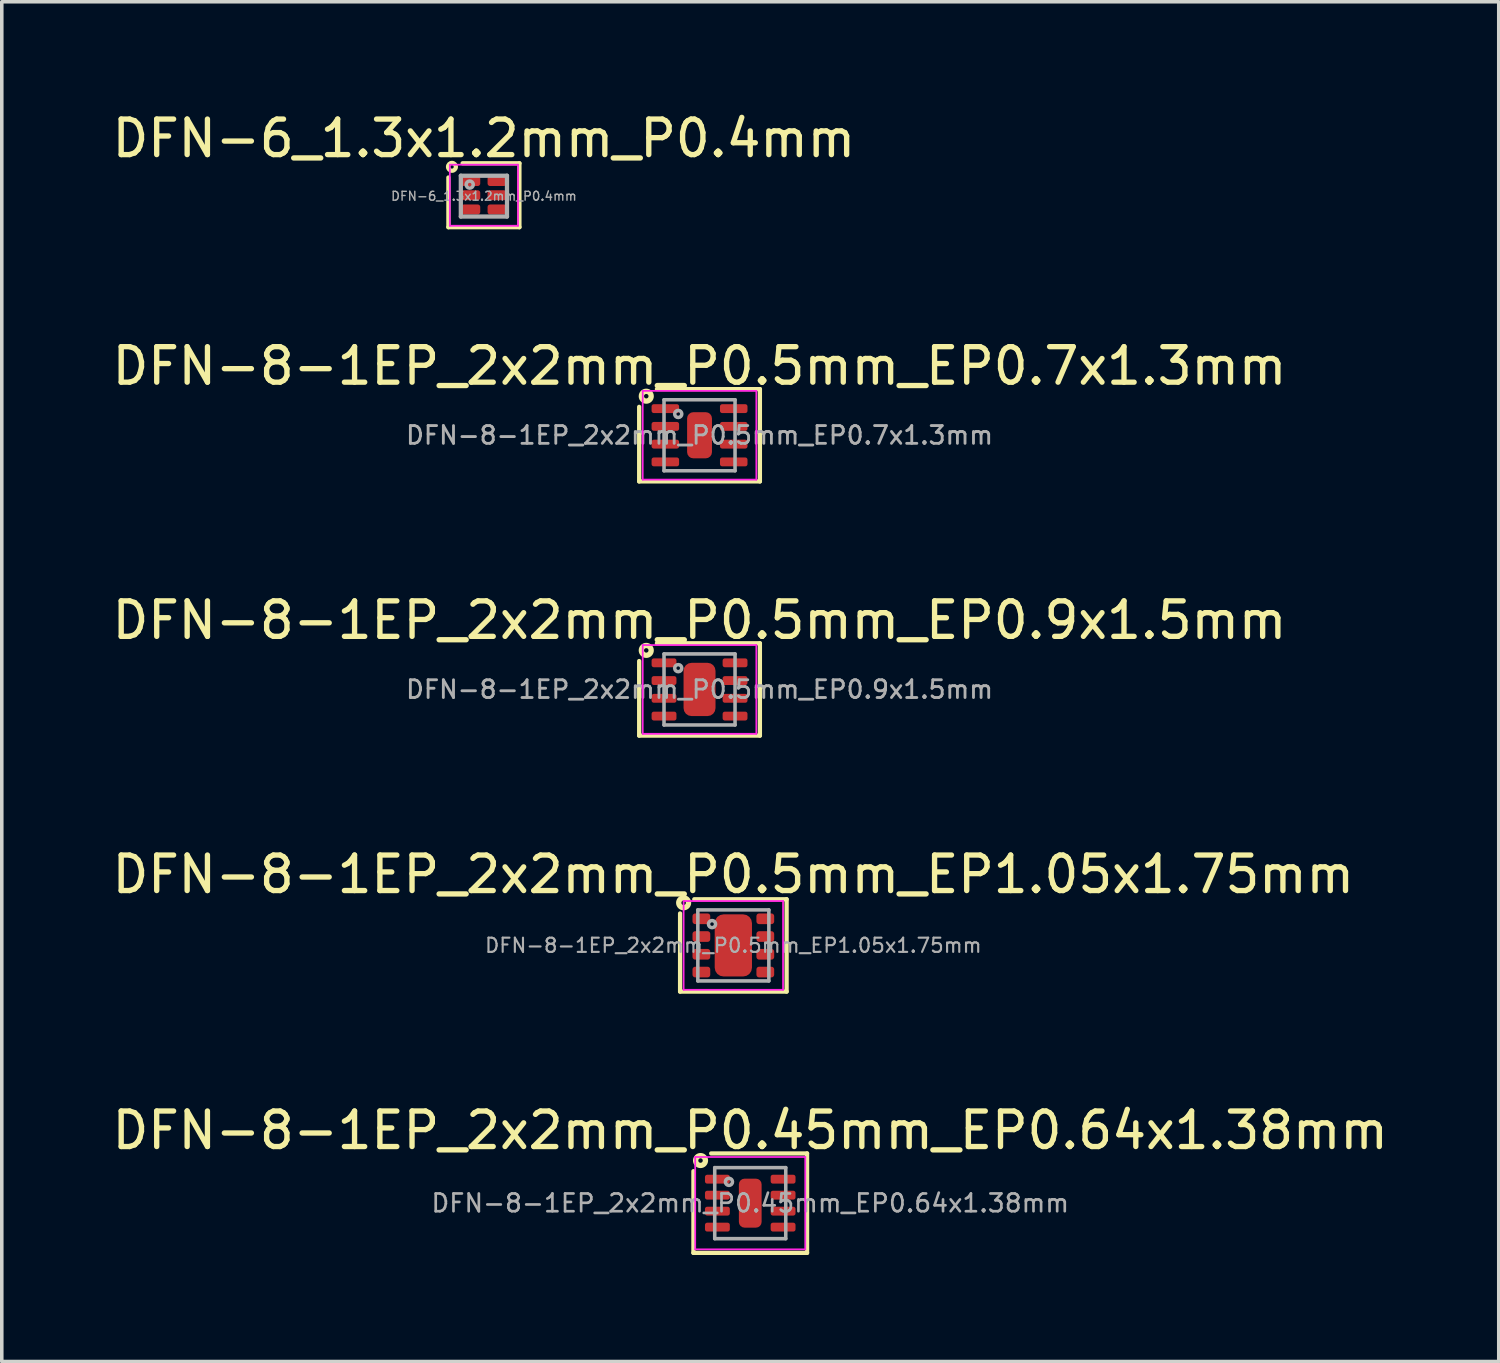
<source format=kicad_pcb>
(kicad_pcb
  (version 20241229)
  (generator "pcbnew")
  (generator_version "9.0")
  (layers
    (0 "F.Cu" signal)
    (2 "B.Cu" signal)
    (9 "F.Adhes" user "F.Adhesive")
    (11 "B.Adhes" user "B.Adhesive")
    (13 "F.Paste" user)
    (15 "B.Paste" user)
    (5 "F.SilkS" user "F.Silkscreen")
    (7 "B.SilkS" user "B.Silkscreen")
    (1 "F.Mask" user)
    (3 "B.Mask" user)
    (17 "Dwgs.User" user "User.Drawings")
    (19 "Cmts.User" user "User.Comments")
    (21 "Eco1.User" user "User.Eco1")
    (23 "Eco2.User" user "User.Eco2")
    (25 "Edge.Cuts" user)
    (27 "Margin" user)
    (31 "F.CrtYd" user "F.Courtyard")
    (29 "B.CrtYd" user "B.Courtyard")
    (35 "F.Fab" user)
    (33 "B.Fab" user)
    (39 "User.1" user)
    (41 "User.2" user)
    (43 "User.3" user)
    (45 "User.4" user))
  (footprint "DFN-6_1.3x1.2mm_P0.4mm"
    (layer "F.Cu")
    (at 10.577 2.448)
    (property "Reference" "DFN-6_1.3x1.2mm_P0.4mm" (at 0 -1.6 0) (layer "F.SilkS") (effects (font (size 1 1) (thickness 0.15))))
    (attr smd)
    (fp_line (start -1 0.9) (end -1 -0.5) (stroke (width 0.12) (type solid)) (layer "F.SilkS"))
    (fp_line (start -0.6 -0.9) (end 1 -0.9) (stroke (width 0.12) (type solid)) (layer "F.SilkS"))
    (fp_line (start 1 -0.9) (end 1 0.9) (stroke (width 0.12) (type solid)) (layer "F.SilkS"))
    (fp_line (start 1 0.9) (end -1 0.9) (stroke (width 0.12) (type solid)) (layer "F.SilkS"))
    (fp_circle (center -0.9 -0.8) (end -0.85 -0.8) (stroke (width 0.12) (type solid)) (fill no) (layer "F.SilkS"))
    (fp_line (start -0.96 -0.86) (end -0.96 0.86) (stroke (width 0.05) (type solid)) (layer "F.CrtYd"))
    (fp_line (start -0.96 -0.86) (end 0.96 -0.86) (stroke (width 0.05) (type solid)) (layer "F.CrtYd"))
    (fp_line (start 0.96 0.86) (end -0.96 0.86) (stroke (width 0.05) (type solid)) (layer "F.CrtYd"))
    (fp_line (start 0.96 0.86) (end 0.96 -0.86) (stroke (width 0.05) (type solid)) (layer "F.CrtYd"))
    (fp_line (start -0.65 -0.55) (end -0.65 0.6) (stroke (width 0.12) (type solid)) (layer "F.Fab"))
    (fp_line (start -0.65 0.6) (end 0.65 0.6) (stroke (width 0.12) (type solid)) (layer "F.Fab"))
    (fp_line (start 0.65 -0.55) (end -0.65 -0.55) (stroke (width 0.12) (type solid)) (layer "F.Fab"))
    (fp_line (start 0.65 0.6) (end 0.65 -0.55) (stroke (width 0.12) (type solid)) (layer "F.Fab"))
    (fp_circle (center -0.4 -0.3) (end -0.3 -0.3) (stroke (width 0.1) (type solid)) (fill no) (layer "F.Fab"))
    (fp_text user "${REFERENCE}" (at 0 0.025 180) (layer "F.Fab") (effects (font (size 0.25 0.25) (thickness 0.04))))
    (pad "1" smd roundrect (at -0.368 -0.4) (size 0.53 0.28) (layers "F.Cu" "F.Mask" "F.Paste") (roundrect_rratio 0.25))
    (pad "2" smd roundrect (at -0.368 0) (size 0.53 0.28) (layers "F.Cu" "F.Mask" "F.Paste") (roundrect_rratio 0.25))
    (pad "3" smd roundrect (at -0.368 0.4) (size 0.53 0.28) (layers "F.Cu" "F.Mask" "F.Paste") (roundrect_rratio 0.25))
    (pad "4" smd roundrect (at 0.368 0.4) (size 0.53 0.28) (layers "F.Cu" "F.Mask" "F.Paste") (roundrect_rratio 0.25))
    (pad "5" smd roundrect (at 0.368 0) (size 0.53 0.28) (layers "F.Cu" "F.Mask" "F.Paste") (roundrect_rratio 0.25))
    (pad "6" smd roundrect (at 0.368 -0.4) (size 0.53 0.28) (layers "F.Cu" "F.Mask" "F.Paste") (roundrect_rratio 0.25)))
  (footprint "DFN-8-1EP_2x2mm_P0.45mm_EP0.64x1.38mm"
    (layer "F.Cu")
    (at 18.077 30.831)
    (property "Reference" "DFN-8-1EP_2x2mm_P0.45mm_EP0.64x1.38mm" (at 0 -2.05 0) (layer "F.SilkS") (effects (font (size 1 1) (thickness 0.15))))
    (attr smd)
    (fp_line (start -1.6 1.4) (end -1.6 -0.9) (stroke (width 0.12) (type solid)) (layer "F.SilkS"))
    (fp_line (start -1.1 -1.4) (end 1.6 -1.4) (stroke (width 0.12) (type solid)) (layer "F.SilkS"))
    (fp_line (start 1.6 -1.4) (end 1.6 1.4) (stroke (width 0.12) (type solid)) (layer "F.SilkS"))
    (fp_line (start 1.6 1.4) (end -1.6 1.4) (stroke (width 0.12) (type solid)) (layer "F.SilkS"))
    (fp_circle (center -1.4 -1.2) (end -1.337 -1.2) (stroke (width 0.15) (type solid)) (fill no) (layer "F.SilkS"))
    (fp_line (start -1.55 -1.3) (end -1.55 1.3) (stroke (width 0.05) (type solid)) (layer "F.CrtYd"))
    (fp_line (start -1.55 -1.3) (end 1.55 -1.3) (stroke (width 0.05) (type solid)) (layer "F.CrtYd"))
    (fp_line (start -1.55 1.3) (end 1.55 1.3) (stroke (width 0.05) (type solid)) (layer "F.CrtYd"))
    (fp_line (start 1.55 -1.3) (end 1.55 1.3) (stroke (width 0.05) (type solid)) (layer "F.CrtYd"))
    (fp_line (start -1 -1) (end 1 -1) (stroke (width 0.1) (type solid)) (layer "F.Fab"))
    (fp_line (start -1 1) (end -1 -1) (stroke (width 0.1) (type solid)) (layer "F.Fab"))
    (fp_line (start 1 -1) (end 1 1) (stroke (width 0.1) (type solid)) (layer "F.Fab"))
    (fp_line (start 1 1) (end -1 1) (stroke (width 0.1) (type solid)) (layer "F.Fab"))
    (fp_circle (center -0.6 -0.6) (end -0.5 -0.6) (stroke (width 0.1) (type solid)) (fill no) (layer "F.Fab"))
    (fp_text user "${REFERENCE}" (at 0 0 0) (layer "F.Fab") (effects (font (size 0.5 0.5) (thickness 0.075))))
    (pad "" smd roundrect (at 0 -0.345) (size 0.53 0.54) (layers "F.Paste") (roundrect_rratio 0.25))
    (pad "" smd roundrect (at 0 0.345) (size 0.53 0.54) (layers "F.Paste") (roundrect_rratio 0.25))
    (pad "1" smd roundrect (at -0.925 -0.675) (size 0.7 0.25) (layers "F.Cu" "F.Mask" "F.Paste") (roundrect_rratio 0.25))
    (pad "2" smd roundrect (at -0.925 -0.225) (size 0.7 0.25) (layers "F.Cu" "F.Mask" "F.Paste") (roundrect_rratio 0.25))
    (pad "3" smd roundrect (at -0.925 0.225) (size 0.7 0.25) (layers "F.Cu" "F.Mask" "F.Paste") (roundrect_rratio 0.25))
    (pad "4" smd roundrect (at -0.925 0.675) (size 0.7 0.25) (layers "F.Cu" "F.Mask" "F.Paste") (roundrect_rratio 0.25))
    (pad "5" smd roundrect (at 0.925 0.675) (size 0.7 0.25) (layers "F.Cu" "F.Mask" "F.Paste") (roundrect_rratio 0.25))
    (pad "6" smd roundrect (at 0.925 0.225) (size 0.7 0.25) (layers "F.Cu" "F.Mask" "F.Paste") (roundrect_rratio 0.25))
    (pad "7" smd roundrect (at 0.925 -0.225) (size 0.7 0.25) (layers "F.Cu" "F.Mask" "F.Paste") (roundrect_rratio 0.25))
    (pad "8" smd roundrect (at 0.925 -0.675) (size 0.7 0.25) (layers "F.Cu" "F.Mask" "F.Paste") (roundrect_rratio 0.25))
    (pad "9" smd roundrect (at 0 0) (size 0.64 1.38) (layers "F.Cu" "F.Mask") (roundrect_rratio 0.25)))
  (footprint "DFN-8-1EP_2x2mm_P0.5mm_EP1.05x1.75mm"
    (layer "F.Cu")
    (at 17.601 23.573)
    (property "Reference" "DFN-8-1EP_2x2mm_P0.5mm_EP1.05x1.75mm" (at 0 -2 0) (layer "F.SilkS") (effects (font (size 1 1) (thickness 0.15))))
    (attr smd)
    (fp_line (start -1.5 1.3) (end -1.5 -0.9) (stroke (width 0.12) (type solid)) (layer "F.SilkS"))
    (fp_line (start -1.1 -1.3) (end 1.5 -1.3) (stroke (width 0.12) (type solid)) (layer "F.SilkS"))
    (fp_line (start 1.5 -1.3) (end 1.5 1.3) (stroke (width 0.12) (type solid)) (layer "F.SilkS"))
    (fp_line (start 1.5 1.3) (end -1.5 1.3) (stroke (width 0.12) (type solid)) (layer "F.SilkS"))
    (fp_circle (center -1.4 -1.2) (end -1.337 -1.2) (stroke (width 0.15) (type solid)) (fill no) (layer "F.SilkS"))
    (fp_line (start -1.4 -1.25) (end -1.4 1.25) (stroke (width 0.05) (type solid)) (layer "F.CrtYd"))
    (fp_line (start -1.4 -1.25) (end 1.4 -1.25) (stroke (width 0.05) (type solid)) (layer "F.CrtYd"))
    (fp_line (start -1.4 1.25) (end 1.4 1.25) (stroke (width 0.05) (type solid)) (layer "F.CrtYd"))
    (fp_line (start 1.4 -1.25) (end 1.4 1.25) (stroke (width 0.05) (type solid)) (layer "F.CrtYd"))
    (fp_line (start -1 -1) (end 1 -1) (stroke (width 0.1) (type solid)) (layer "F.Fab"))
    (fp_line (start -1 1) (end -1 -1) (stroke (width 0.1) (type solid)) (layer "F.Fab"))
    (fp_line (start 1 -1) (end 1 1) (stroke (width 0.1) (type solid)) (layer "F.Fab"))
    (fp_line (start 1 1) (end -1 1) (stroke (width 0.1) (type solid)) (layer "F.Fab"))
    (fp_circle (center -0.6 -0.6) (end -0.5 -0.6) (stroke (width 0.1) (type solid)) (fill no) (layer "F.Fab"))
    (fp_text user "${REFERENCE}" (at 0 0 0) (layer "F.Fab") (effects (font (size 0.4 0.4) (thickness 0.06))))
    (pad "" smd roundrect (at 0 -0.438) (size 0.85 0.65) (layers "F.Paste") (roundrect_rratio 0.25))
    (pad "" smd roundrect (at 0 0.438) (size 0.85 0.65) (layers "F.Paste") (roundrect_rratio 0.25))
    (pad "1" smd roundrect (at -0.9 -0.75) (size 0.5 0.3) (layers "F.Cu" "F.Mask" "F.Paste") (roundrect_rratio 0.25))
    (pad "2" smd roundrect (at -0.9 -0.25) (size 0.5 0.3) (layers "F.Cu" "F.Mask" "F.Paste") (roundrect_rratio 0.25))
    (pad "3" smd roundrect (at -0.9 0.25) (size 0.5 0.3) (layers "F.Cu" "F.Mask" "F.Paste") (roundrect_rratio 0.25))
    (pad "4" smd roundrect (at -0.9 0.75) (size 0.5 0.3) (layers "F.Cu" "F.Mask" "F.Paste") (roundrect_rratio 0.25))
    (pad "5" smd roundrect (at 0.9 0.75) (size 0.5 0.3) (layers "F.Cu" "F.Mask" "F.Paste") (roundrect_rratio 0.25))
    (pad "6" smd roundrect (at 0.9 0.25) (size 0.5 0.3) (layers "F.Cu" "F.Mask" "F.Paste") (roundrect_rratio 0.25))
    (pad "7" smd roundrect (at 0.9 -0.25) (size 0.5 0.3) (layers "F.Cu" "F.Mask" "F.Paste") (roundrect_rratio 0.25))
    (pad "8" smd roundrect (at 0.9 -0.75) (size 0.5 0.3) (layers "F.Cu" "F.Mask" "F.Paste") (roundrect_rratio 0.25))
    (pad "9" smd roundrect (at 0 0) (size 1.05 1.75) (layers "F.Cu" "F.Mask") (roundrect_rratio 0.238)))
  (footprint "DFN-8-1EP_2x2mm_P0.5mm_EP0.7x1.3mm"
    (layer "F.Cu")
    (at 16.649 9.207)
    (property "Reference" "DFN-8-1EP_2x2mm_P0.5mm_EP0.7x1.3mm" (at 0 -1.95 0) (layer "F.SilkS") (effects (font (size 1 1) (thickness 0.15))))
    (attr smd)
    (fp_line (start -1.7 1.3) (end -1.7 -0.8) (stroke (width 0.12) (type solid)) (layer "F.SilkS"))
    (fp_line (start -1.2 -1.3) (end 1.7 -1.3) (stroke (width 0.12) (type solid)) (layer "F.SilkS"))
    (fp_line (start 1.7 -1.3) (end 1.7 1.3) (stroke (width 0.12) (type solid)) (layer "F.SilkS"))
    (fp_line (start 1.7 1.3) (end -1.7 1.3) (stroke (width 0.12) (type solid)) (layer "F.SilkS"))
    (fp_circle (center -1.5 -1.1) (end -1.437 -1.1) (stroke (width 0.15) (type solid)) (fill no) (layer "F.SilkS"))
    (fp_line (start -1.6 -1.25) (end -1.6 1.25) (stroke (width 0.05) (type solid)) (layer "F.CrtYd"))
    (fp_line (start -1.6 1.25) (end 1.6 1.25) (stroke (width 0.05) (type solid)) (layer "F.CrtYd"))
    (fp_line (start 1.6 -1.25) (end -1.6 -1.25) (stroke (width 0.05) (type solid)) (layer "F.CrtYd"))
    (fp_line (start 1.6 1.25) (end 1.6 -1.25) (stroke (width 0.05) (type solid)) (layer "F.CrtYd"))
    (fp_line (start -1 -1) (end 1 -1) (stroke (width 0.1) (type solid)) (layer "F.Fab"))
    (fp_line (start -1 1) (end -1 -1) (stroke (width 0.1) (type solid)) (layer "F.Fab"))
    (fp_line (start 1 -1) (end 1 1) (stroke (width 0.1) (type solid)) (layer "F.Fab"))
    (fp_line (start 1 1) (end -1 1) (stroke (width 0.1) (type solid)) (layer "F.Fab"))
    (fp_circle (center -0.6 -0.6) (end -0.5 -0.6) (stroke (width 0.1) (type solid)) (fill no) (layer "F.Fab"))
    (fp_text user "${REFERENCE}" (at 0 0 0) (layer "F.Fab") (effects (font (size 0.5 0.5) (thickness 0.08))))
    (pad "" smd roundrect (at -0.175 -0.325) (size 0.28 0.52) (layers "F.Paste") (roundrect_rratio 0.25))
    (pad "" smd roundrect (at -0.175 0.325) (size 0.28 0.52) (layers "F.Paste") (roundrect_rratio 0.25))
    (pad "" smd roundrect (at 0.175 -0.325) (size 0.28 0.52) (layers "F.Paste") (roundrect_rratio 0.25))
    (pad "" smd roundrect (at 0.175 0.325) (size 0.28 0.52) (layers "F.Paste") (roundrect_rratio 0.25))
    (pad "1" smd roundrect (at -0.963 -0.75) (size 0.775 0.25) (layers "F.Cu" "F.Mask" "F.Paste") (roundrect_rratio 0.25))
    (pad "2" smd roundrect (at -0.963 -0.25) (size 0.775 0.25) (layers "F.Cu" "F.Mask" "F.Paste") (roundrect_rratio 0.25))
    (pad "3" smd roundrect (at -0.963 0.25) (size 0.775 0.25) (layers "F.Cu" "F.Mask" "F.Paste") (roundrect_rratio 0.25))
    (pad "4" smd roundrect (at -0.963 0.75) (size 0.775 0.25) (layers "F.Cu" "F.Mask" "F.Paste") (roundrect_rratio 0.25))
    (pad "5" smd roundrect (at 0.963 0.75) (size 0.775 0.25) (layers "F.Cu" "F.Mask" "F.Paste") (roundrect_rratio 0.25))
    (pad "6" smd roundrect (at 0.963 0.25) (size 0.775 0.25) (layers "F.Cu" "F.Mask" "F.Paste") (roundrect_rratio 0.25))
    (pad "7" smd roundrect (at 0.963 -0.25) (size 0.775 0.25) (layers "F.Cu" "F.Mask" "F.Paste") (roundrect_rratio 0.25))
    (pad "8" smd roundrect (at 0.963 -0.75) (size 0.775 0.25) (layers "F.Cu" "F.Mask" "F.Paste") (roundrect_rratio 0.25))
    (pad "9" smd roundrect (at 0 0) (size 0.7 1.3) (layers "F.Cu" "F.Mask") (roundrect_rratio 0.25)))
  (footprint "DFN-8-1EP_2x2mm_P0.5mm_EP0.9x1.5mm"
    (layer "F.Cu")
    (at 16.649 16.365)
    (property "Reference" "DFN-8-1EP_2x2mm_P0.5mm_EP0.9x1.5mm" (at 0 -1.95 0) (layer "F.SilkS") (effects (font (size 1 1) (thickness 0.15))))
    (attr smd)
    (fp_line (start -1.7 1.3) (end -1.7 -0.8) (stroke (width 0.12) (type solid)) (layer "F.SilkS"))
    (fp_line (start -1.2 -1.3) (end 1.7 -1.3) (stroke (width 0.12) (type solid)) (layer "F.SilkS"))
    (fp_line (start 1.7 -1.3) (end 1.7 1.3) (stroke (width 0.12) (type solid)) (layer "F.SilkS"))
    (fp_line (start 1.7 1.3) (end -1.7 1.3) (stroke (width 0.12) (type solid)) (layer "F.SilkS"))
    (fp_circle (center -1.5 -1.1) (end -1.437 -1.1) (stroke (width 0.15) (type solid)) (fill no) (layer "F.SilkS"))
    (fp_line (start -1.6 -1.25) (end -1.6 1.25) (stroke (width 0.05) (type solid)) (layer "F.CrtYd"))
    (fp_line (start -1.6 1.25) (end 1.6 1.25) (stroke (width 0.05) (type solid)) (layer "F.CrtYd"))
    (fp_line (start 1.6 -1.25) (end -1.6 -1.25) (stroke (width 0.05) (type solid)) (layer "F.CrtYd"))
    (fp_line (start 1.6 1.25) (end 1.6 -1.25) (stroke (width 0.05) (type solid)) (layer "F.CrtYd"))
    (fp_line (start -1 -1) (end 1 -1) (stroke (width 0.1) (type solid)) (layer "F.Fab"))
    (fp_line (start -1 1) (end -1 -1) (stroke (width 0.1) (type solid)) (layer "F.Fab"))
    (fp_line (start 1 -1) (end 1 1) (stroke (width 0.1) (type solid)) (layer "F.Fab"))
    (fp_line (start 1 1) (end -1 1) (stroke (width 0.1) (type solid)) (layer "F.Fab"))
    (fp_circle (center -0.6 -0.6) (end -0.5 -0.6) (stroke (width 0.1) (type solid)) (fill no) (layer "F.Fab"))
    (fp_text user "${REFERENCE}" (at 0 0 0) (layer "F.Fab") (effects (font (size 0.5 0.5) (thickness 0.08))))
    (pad "" smd roundrect (at -0.225 -0.375) (size 0.36 0.6) (layers "F.Paste") (roundrect_rratio 0.25))
    (pad "" smd roundrect (at -0.225 0.375) (size 0.36 0.6) (layers "F.Paste") (roundrect_rratio 0.25))
    (pad "" smd roundrect (at 0.225 -0.375) (size 0.36 0.6) (layers "F.Paste") (roundrect_rratio 0.25))
    (pad "" smd roundrect (at 0.225 0.375) (size 0.36 0.6) (layers "F.Paste") (roundrect_rratio 0.25))
    (pad "1" smd roundrect (at -1 -0.75) (size 0.7 0.25) (layers "F.Cu" "F.Mask" "F.Paste") (roundrect_rratio 0.25))
    (pad "2" smd roundrect (at -1 -0.25) (size 0.7 0.25) (layers "F.Cu" "F.Mask" "F.Paste") (roundrect_rratio 0.25))
    (pad "3" smd roundrect (at -1 0.25) (size 0.7 0.25) (layers "F.Cu" "F.Mask" "F.Paste") (roundrect_rratio 0.25))
    (pad "4" smd roundrect (at -1 0.75) (size 0.7 0.25) (layers "F.Cu" "F.Mask" "F.Paste") (roundrect_rratio 0.25))
    (pad "5" smd roundrect (at 1 0.75) (size 0.7 0.25) (layers "F.Cu" "F.Mask" "F.Paste") (roundrect_rratio 0.25))
    (pad "6" smd roundrect (at 1 0.25) (size 0.7 0.25) (layers "F.Cu" "F.Mask" "F.Paste") (roundrect_rratio 0.25))
    (pad "7" smd roundrect (at 1 -0.25) (size 0.7 0.25) (layers "F.Cu" "F.Mask" "F.Paste") (roundrect_rratio 0.25))
    (pad "8" smd roundrect (at 1 -0.75) (size 0.7 0.25) (layers "F.Cu" "F.Mask" "F.Paste") (roundrect_rratio 0.25))
    (pad "9" smd roundrect (at 0 0) (size 0.9 1.5) (layers "F.Cu" "F.Mask") (roundrect_rratio 0.25)))
  (gr_rect
    (start -3 -3)
    (end 39.155 35.291)
    (stroke (width 0.1) (type default))
    (fill no)
    (layer "Edge.Cuts")))
</source>
